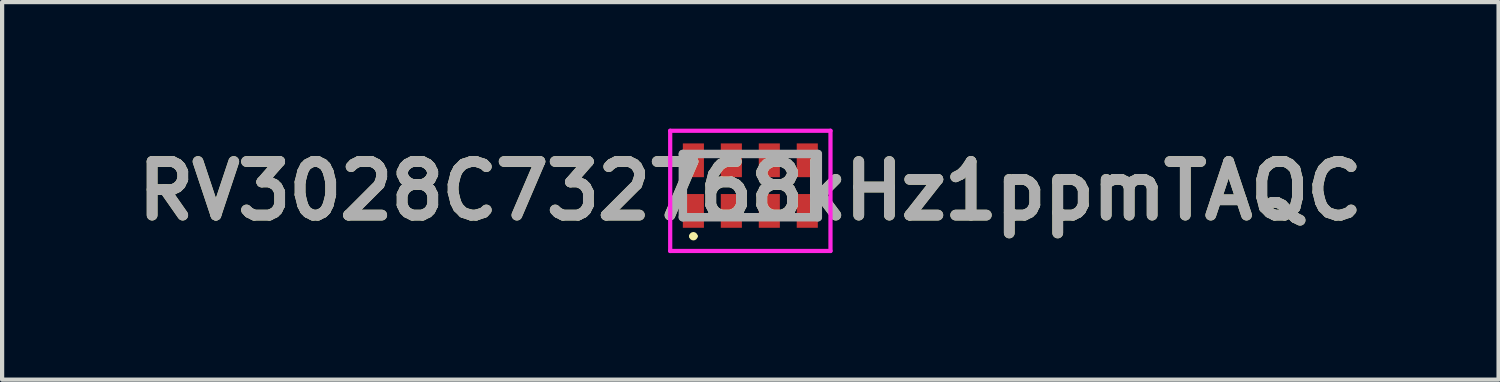
<source format=kicad_pcb>
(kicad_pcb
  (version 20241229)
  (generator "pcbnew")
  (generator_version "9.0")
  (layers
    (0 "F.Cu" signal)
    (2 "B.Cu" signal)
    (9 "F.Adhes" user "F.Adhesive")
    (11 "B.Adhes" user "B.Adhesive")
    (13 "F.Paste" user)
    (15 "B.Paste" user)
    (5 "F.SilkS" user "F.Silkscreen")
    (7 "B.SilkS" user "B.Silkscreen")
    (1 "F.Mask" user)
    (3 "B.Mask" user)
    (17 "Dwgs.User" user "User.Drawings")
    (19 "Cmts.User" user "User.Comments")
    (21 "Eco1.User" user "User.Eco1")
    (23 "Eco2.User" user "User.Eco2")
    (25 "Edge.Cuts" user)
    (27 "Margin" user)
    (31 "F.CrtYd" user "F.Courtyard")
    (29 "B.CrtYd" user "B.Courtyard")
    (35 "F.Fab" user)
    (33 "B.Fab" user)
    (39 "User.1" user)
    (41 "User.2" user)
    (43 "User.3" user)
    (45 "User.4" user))
  (footprint "RV3028C732768kHz1ppmTAQC"
    (layer "F.Cu")
    (at 14.738 1.35)
    (property "Reference" "RV3028C732768kHz1ppmTAQC" (at 0 0.125 0) (layer "F.SilkS") (effects (font (size 1.27 1.27) (thickness 0.254))))
    (attr smd)
    (fp_line (start -1.4 1.2) (end -1.4 1.2) (stroke (width 0.1) (type solid)) (layer "F.SilkS"))
    (fp_line (start -1.3 1.2) (end -1.3 1.2) (stroke (width 0.1) (type solid)) (layer "F.SilkS"))
    (fp_arc (start -1.4 1.2) (mid -1.35 1.15) (end -1.3 1.2) (stroke (width 0.1) (type solid)) (layer "F.SilkS"))
    (fp_arc (start -1.3 1.2) (mid -1.35 1.25) (end -1.4 1.2) (stroke (width 0.1) (type solid)) (layer "F.SilkS"))
    (fp_line (start -1.9 -1.3) (end 1.9 -1.3) (stroke (width 0.1) (type solid)) (layer "F.CrtYd"))
    (fp_line (start -1.9 1.55) (end -1.9 -1.3) (stroke (width 0.1) (type solid)) (layer "F.CrtYd"))
    (fp_line (start 1.9 -1.3) (end 1.9 1.55) (stroke (width 0.1) (type solid)) (layer "F.CrtYd"))
    (fp_line (start 1.9 1.55) (end -1.9 1.55) (stroke (width 0.1) (type solid)) (layer "F.CrtYd"))
    (fp_line (start -1.6 -0.75) (end 1.6 -0.75) (stroke (width 0.2) (type solid)) (layer "F.Fab"))
    (fp_line (start -1.6 0.75) (end -1.6 -0.75) (stroke (width 0.2) (type solid)) (layer "F.Fab"))
    (fp_line (start 1.6 -0.75) (end 1.6 0.75) (stroke (width 0.2) (type solid)) (layer "F.Fab"))
    (fp_line (start 1.6 0.75) (end -1.6 0.75) (stroke (width 0.2) (type solid)) (layer "F.Fab"))
    (fp_text user "${REFERENCE}" (at 0 0.125 0) (layer "F.Fab") (effects (font (size 1.27 1.27) (thickness 0.254))))
    (pad "1" smd rect (at -1.35 0.6) (size 0.5 0.8) (layers "F.Cu" "F.Mask" "F.Paste"))
    (pad "2" smd rect (at -0.45 0.6) (size 0.5 0.8) (layers "F.Cu" "F.Mask" "F.Paste"))
    (pad "3" smd rect (at 0.45 0.6) (size 0.5 0.8) (layers "F.Cu" "F.Mask" "F.Paste"))
    (pad "4" smd rect (at 1.35 0.6) (size 0.5 0.8) (layers "F.Cu" "F.Mask" "F.Paste"))
    (pad "5" smd rect (at 1.35 -0.6) (size 0.5 0.8) (layers "F.Cu" "F.Mask" "F.Paste"))
    (pad "6" smd rect (at 0.45 -0.6) (size 0.5 0.8) (layers "F.Cu" "F.Mask" "F.Paste"))
    (pad "7" smd rect (at -0.45 -0.6) (size 0.5 0.8) (layers "F.Cu" "F.Mask" "F.Paste"))
    (pad "8" smd rect (at -1.35 -0.6) (size 0.5 0.8) (layers "F.Cu" "F.Mask" "F.Paste")))
  (gr_rect
    (start -3 -3)
    (end 32.476 5.95)
    (stroke (width 0.1) (type default))
    (fill no)
    (layer "Edge.Cuts")))
</source>
